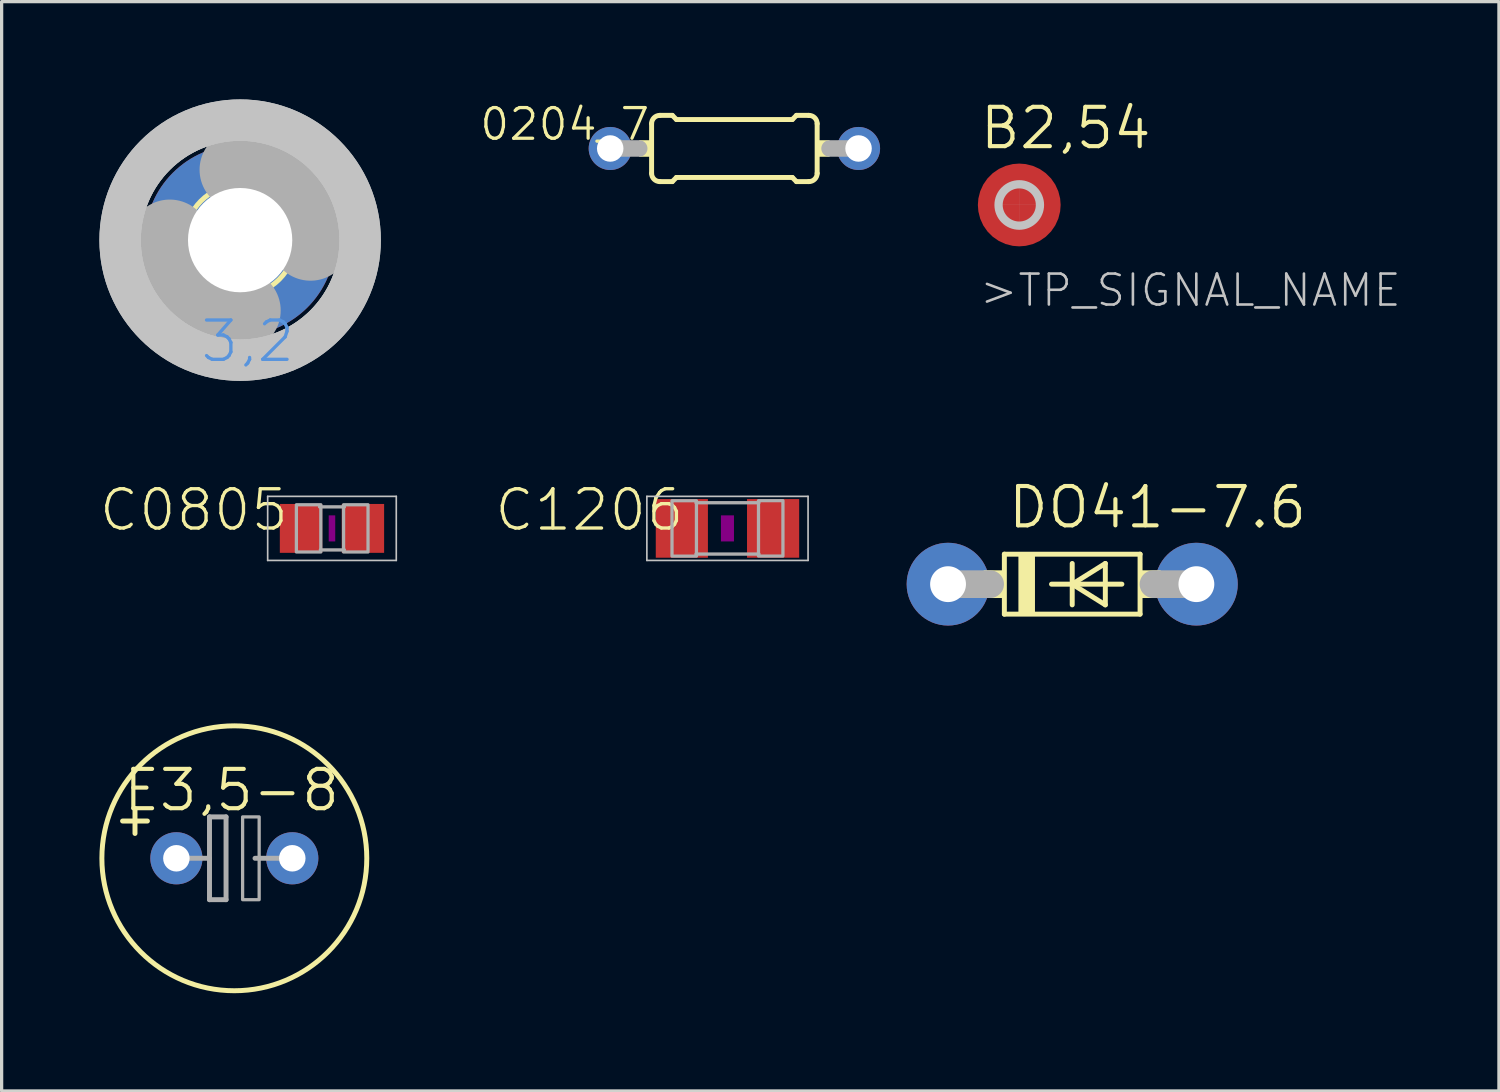
<source format=kicad_pcb>
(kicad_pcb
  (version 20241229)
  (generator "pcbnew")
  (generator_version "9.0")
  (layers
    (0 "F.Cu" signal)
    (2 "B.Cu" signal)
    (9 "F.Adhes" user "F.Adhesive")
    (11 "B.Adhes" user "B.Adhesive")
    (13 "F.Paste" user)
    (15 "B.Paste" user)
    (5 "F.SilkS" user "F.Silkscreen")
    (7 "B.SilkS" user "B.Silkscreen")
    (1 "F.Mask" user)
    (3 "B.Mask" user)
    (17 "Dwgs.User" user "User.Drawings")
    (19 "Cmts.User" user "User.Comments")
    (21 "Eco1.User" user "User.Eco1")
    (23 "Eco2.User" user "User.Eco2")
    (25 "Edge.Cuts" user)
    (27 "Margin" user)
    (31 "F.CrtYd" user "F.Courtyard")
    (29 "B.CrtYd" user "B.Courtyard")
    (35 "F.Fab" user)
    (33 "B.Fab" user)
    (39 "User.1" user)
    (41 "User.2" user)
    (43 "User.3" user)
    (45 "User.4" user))
  (footprint "E3,5-8"
    (layer "F.Cu")
    (at 4.14 23.285)
    (property "Reference" "E3,5-8" (at 3.302 -2.794 0) (layer "F.SilkS") (effects (font (size 1.206 1.206) (thickness 0.127)) (justify right top)))
    (attr through_hole)
    (fp_line (start -3.429 -1.143) (end -2.667 -1.143) (stroke (width 0.152) (type solid)) (layer "F.SilkS"))
    (fp_line (start -3.048 -0.762) (end -3.048 -1.524) (stroke (width 0.152) (type solid)) (layer "F.SilkS"))
    (fp_circle (center 0 0) (end 4.064 0) (stroke (width 0.152) (type solid)) (fill no) (layer "F.SilkS"))
    (fp_line (start -1.651 0) (end -0.762 0) (stroke (width 0.152) (type solid)) (layer "F.Fab"))
    (fp_line (start -0.762 -1.27) (end -0.762 0) (stroke (width 0.152) (type solid)) (layer "F.Fab"))
    (fp_line (start -0.762 0) (end -0.762 1.27) (stroke (width 0.152) (type solid)) (layer "F.Fab"))
    (fp_line (start -0.762 1.27) (end -0.254 1.27) (stroke (width 0.152) (type solid)) (layer "F.Fab"))
    (fp_line (start -0.254 -1.27) (end -0.762 -1.27) (stroke (width 0.152) (type solid)) (layer "F.Fab"))
    (fp_line (start -0.254 1.27) (end -0.254 -1.27) (stroke (width 0.152) (type solid)) (layer "F.Fab"))
    (fp_line (start 0.635 0) (end 1.651 0) (stroke (width 0.152) (type solid)) (layer "F.Fab"))
    (fp_poly (pts (xy 0.254 1.27) (xy 0.762 1.27) (xy 0.762 -1.27) (xy 0.254 -1.27)) (stroke (width 0.1) (type solid)) (fill no) (layer "F.Fab"))
    (pad "+" thru_hole circle (at -1.778 0) (size 1.6 1.6) (drill 0.813) (layers "*.Cu" "*.Mask"))
    (pad "-" thru_hole circle (at 1.778 0) (size 1.6 1.6) (drill 0.813) (layers "*.Cu" "*.Mask")))
  (footprint "DO41-7.6"
    (layer "F.Cu")
    (at 29.849 14.874)
    (property "Reference" "DO41-7.6" (at -2.032 -1.651 0) (layer "F.SilkS") (effects (font (size 1.206 1.206) (thickness 0.127)) (justify left bottom)))
    (attr through_hole)
    (fp_line (start -2.082 -0.92) (end -2.082 0.92) (stroke (width 0.152) (type solid)) (layer "F.SilkS"))
    (fp_line (start -2.082 -0.92) (end 2.082 -0.92) (stroke (width 0.152) (type solid)) (layer "F.SilkS"))
    (fp_line (start -0.635 0) (end 0 0) (stroke (width 0.152) (type solid)) (layer "F.SilkS"))
    (fp_line (start 0 -0.635) (end 0 0) (stroke (width 0.152) (type solid)) (layer "F.SilkS"))
    (fp_line (start 0 0) (end 0 0.635) (stroke (width 0.152) (type solid)) (layer "F.SilkS"))
    (fp_line (start 0 0) (end 1.016 -0.635) (stroke (width 0.152) (type solid)) (layer "F.SilkS"))
    (fp_line (start 0 0) (end 1.524 0) (stroke (width 0.152) (type solid)) (layer "F.SilkS"))
    (fp_line (start 1.016 -0.635) (end 1.016 0.635) (stroke (width 0.152) (type solid)) (layer "F.SilkS"))
    (fp_line (start 1.016 0.635) (end 0 0) (stroke (width 0.152) (type solid)) (layer "F.SilkS"))
    (fp_line (start 2.082 0.92) (end -2.082 0.92) (stroke (width 0.152) (type solid)) (layer "F.SilkS"))
    (fp_line (start 2.082 0.92) (end 2.082 -0.92) (stroke (width 0.152) (type solid)) (layer "F.SilkS"))
    (fp_poly (pts (xy -2.717 0.425) (xy -2.082 0.425) (xy -2.082 -0.425) (xy -2.717 -0.425)) (stroke (width 0) (type solid)) (fill yes) (layer "F.SilkS"))
    (fp_poly (pts (xy -1.651 0.95) (xy -1.143 0.95) (xy -1.143 -0.92) (xy -1.651 -0.92)) (stroke (width 0) (type solid)) (fill yes) (layer "F.SilkS"))
    (fp_poly (pts (xy 2.082 0.425) (xy 2.717 0.425) (xy 2.717 -0.425) (xy 2.082 -0.425)) (stroke (width 0) (type solid)) (fill yes) (layer "F.SilkS"))
    (fp_line (start -3.81 0) (end -2.519 0) (stroke (width 0.85) (type solid)) (layer "F.Fab"))
    (fp_line (start 3.81 0) (end 2.494 0) (stroke (width 0.85) (type solid)) (layer "F.Fab"))
    (pad "A" thru_hole circle (at 3.81 0) (size 2.54 2.54) (drill 1.1) (layers "*.Cu" "*.Mask"))
    (pad "C" thru_hole circle (at -3.81 0) (size 2.54 2.54) (drill 1.1) (layers "*.Cu" "*.Mask")))
  (footprint "3,2-PAD"
    (layer "F.Cu")
    (at 4.318 4.318)
    (property "Reference" "3,2-PAD" (at 0 0 0) (layer "F.SilkS") (effects (font (size 1.27 1.27) (thickness 0.15))))
    (attr through_hole)
    (fp_circle (center 0 0) (end 1.7 0) (stroke (width 0.152) (type solid)) (fill no) (layer "F.SilkS"))
    (fp_circle (center 0 0) (end 3.429 0) (stroke (width 0.152) (type solid)) (fill no) (layer "F.SilkS"))
    (fp_circle (center 0 0) (end 3.556 0) (stroke (width 1.016) (type solid)) (fill no) (layer "Dwgs.User"))
    (fp_circle (center 0 0) (end 3.683 0) (stroke (width 1.27) (type solid)) (fill no) (layer "Dwgs.User"))
    (fp_circle (center 0 0) (end 3.683 0) (stroke (width 1.27) (type solid)) (fill no) (layer "Dwgs.User"))
    (fp_arc (start 0 -2.159) (mid 1.526644 -1.526644) (end 2.159 0) (stroke (width 2.4892) (type solid)) (layer "F.Fab"))
    (fp_arc (start 0 2.159) (mid -1.526644 1.526644) (end -2.159 0) (stroke (width 2.4892) (type solid)) (layer "F.Fab"))
    (fp_circle (center 0 0) (end 0.762 0) (stroke (width 0.457) (type solid)) (fill no) (layer "F.Fab"))
    (fp_text user "3,2" (at -1.27 3.81 0) (layer "Cmts.User") (effects (font (size 1.206 1.206) (thickness 0.102)) (justify left bottom)))
    (pad "B3,2" thru_hole circle (at 0 0) (size 5.842 5.842) (drill 3.2) (layers "*.Cu" "*.Mask")))
  (footprint "C1206"
    (layer "F.Cu")
    (at 19.271 13.163)
    (property "Reference" "C1206" (at -1.27 -1.27 0) (layer "F.SilkS") (effects (font (size 1.206 1.206) (thickness 0.102)) (justify right top)))
    (attr through_hole)
    (fp_poly (pts (xy -0.2 0.4) (xy 0.2 0.4) (xy 0.2 -0.4) (xy -0.2 -0.4)) (stroke (width 0) (type solid)) (fill yes) (layer "F.Adhes"))
    (fp_line (start -2.473 -0.983) (end 2.473 -0.983) (stroke (width 0.051) (type solid)) (layer "Dwgs.User"))
    (fp_line (start -2.473 0.983) (end -2.473 -0.983) (stroke (width 0.051) (type solid)) (layer "Dwgs.User"))
    (fp_line (start 2.473 -0.983) (end 2.473 0.983) (stroke (width 0.051) (type solid)) (layer "Dwgs.User"))
    (fp_line (start 2.473 0.983) (end -2.473 0.983) (stroke (width 0.051) (type solid)) (layer "Dwgs.User"))
    (fp_line (start -0.965 -0.787) (end 0.965 -0.787) (stroke (width 0.102) (type solid)) (layer "F.Fab"))
    (fp_line (start -0.965 0.787) (end 0.965 0.787) (stroke (width 0.102) (type solid)) (layer "F.Fab"))
    (fp_poly (pts (xy -1.702 0.851) (xy -0.952 0.851) (xy -0.952 -0.849) (xy -1.702 -0.849)) (stroke (width 0.1) (type solid)) (fill no) (layer "F.Fab"))
    (fp_poly (pts (xy 0.952 0.849) (xy 1.702 0.849) (xy 1.702 -0.851) (xy 0.952 -0.851)) (stroke (width 0.1) (type solid)) (fill no) (layer "F.Fab"))
    (pad "1" smd rect (at -1.4 0) (size 1.6 1.8) (layers "F.Cu" "F.Mask" "F.Paste"))
    (pad "2" smd rect (at 1.4 0) (size 1.6 1.8) (layers "F.Cu" "F.Mask" "F.Paste")))
  (footprint "C0805"
    (layer "F.Cu")
    (at 7.136 13.163)
    (property "Reference" "C0805" (at -1.27 -1.27 0) (layer "F.SilkS") (effects (font (size 1.206 1.206) (thickness 0.102)) (justify right top)))
    (attr through_hole)
    (fp_poly (pts (xy -0.1 0.4) (xy 0.1 0.4) (xy 0.1 -0.4) (xy -0.1 -0.4)) (stroke (width 0) (type solid)) (fill yes) (layer "F.Adhes"))
    (fp_line (start -1.973 -0.983) (end 1.973 -0.983) (stroke (width 0.051) (type solid)) (layer "Dwgs.User"))
    (fp_line (start -1.973 0.983) (end -1.973 -0.983) (stroke (width 0.051) (type solid)) (layer "Dwgs.User"))
    (fp_line (start 1.973 -0.983) (end 1.973 0.983) (stroke (width 0.051) (type solid)) (layer "Dwgs.User"))
    (fp_line (start 1.973 0.983) (end -1.973 0.983) (stroke (width 0.051) (type solid)) (layer "Dwgs.User"))
    (fp_line (start -0.381 -0.66) (end 0.381 -0.66) (stroke (width 0.102) (type solid)) (layer "F.Fab"))
    (fp_line (start -0.356 0.66) (end 0.381 0.66) (stroke (width 0.102) (type solid)) (layer "F.Fab"))
    (fp_poly (pts (xy -1.092 0.724) (xy -0.342 0.724) (xy -0.342 -0.726) (xy -1.092 -0.726)) (stroke (width 0.1) (type solid)) (fill no) (layer "F.Fab"))
    (fp_poly (pts (xy 0.356 0.724) (xy 1.106 0.724) (xy 1.106 -0.726) (xy 0.356 -0.726)) (stroke (width 0.1) (type solid)) (fill no) (layer "F.Fab"))
    (pad "1" smd rect (at -0.95 0) (size 1.3 1.5) (layers "F.Cu" "F.Mask" "F.Paste"))
    (pad "2" smd rect (at 0.95 0) (size 1.3 1.5) (layers "F.Cu" "F.Mask" "F.Paste")))
  (footprint "0204_7"
    (layer "F.Cu")
    (at 19.483 1.506)
    (property "Reference" "0204_7" (at -2.54 -1.295 0) (layer "F.SilkS") (effects (font (size 0.941 0.941) (thickness 0.099)) (justify right top)))
    (attr through_hole)
    (fp_line (start -2.54 0.762) (end -2.54 -0.762) (stroke (width 0.152) (type solid)) (layer "F.SilkS"))
    (fp_line (start -2.286 -1.016) (end -1.905 -1.016) (stroke (width 0.152) (type solid)) (layer "F.SilkS"))
    (fp_line (start -2.286 1.016) (end -1.905 1.016) (stroke (width 0.152) (type solid)) (layer "F.SilkS"))
    (fp_line (start -1.778 -0.889) (end -1.905 -1.016) (stroke (width 0.152) (type solid)) (layer "F.SilkS"))
    (fp_line (start -1.778 0.889) (end -1.905 1.016) (stroke (width 0.152) (type solid)) (layer "F.SilkS"))
    (fp_line (start 1.778 -0.889) (end -1.778 -0.889) (stroke (width 0.152) (type solid)) (layer "F.SilkS"))
    (fp_line (start 1.778 -0.889) (end 1.905 -1.016) (stroke (width 0.152) (type solid)) (layer "F.SilkS"))
    (fp_line (start 1.778 0.889) (end -1.778 0.889) (stroke (width 0.152) (type solid)) (layer "F.SilkS"))
    (fp_line (start 1.778 0.889) (end 1.905 1.016) (stroke (width 0.152) (type solid)) (layer "F.SilkS"))
    (fp_line (start 2.286 -1.016) (end 1.905 -1.016) (stroke (width 0.152) (type solid)) (layer "F.SilkS"))
    (fp_line (start 2.286 1.016) (end 1.905 1.016) (stroke (width 0.152) (type solid)) (layer "F.SilkS"))
    (fp_line (start 2.54 0.762) (end 2.54 -0.762) (stroke (width 0.152) (type solid)) (layer "F.SilkS"))
    (fp_arc (start -2.54 -0.762) (mid -2.465605 -0.941605) (end -2.286 -1.016) (stroke (width 0.1524) (type solid)) (layer "F.SilkS"))
    (fp_arc (start -2.286 1.016) (mid -2.465605 0.941605) (end -2.54 0.762) (stroke (width 0.1524) (type solid)) (layer "F.SilkS"))
    (fp_arc (start 2.286 -1.016) (mid 2.465605 -0.941605) (end 2.54 -0.762) (stroke (width 0.1524) (type solid)) (layer "F.SilkS"))
    (fp_arc (start 2.54 0.762) (mid 2.465605 0.941605) (end 2.286 1.016) (stroke (width 0.1524) (type solid)) (layer "F.SilkS"))
    (fp_poly (pts (xy -2.921 0.254) (xy -2.54 0.254) (xy -2.54 -0.254) (xy -2.921 -0.254)) (stroke (width 0) (type solid)) (fill yes) (layer "F.SilkS"))
    (fp_poly (pts (xy 2.54 0.254) (xy 2.921 0.254) (xy 2.921 -0.254) (xy 2.54 -0.254)) (stroke (width 0) (type solid)) (fill yes) (layer "F.SilkS"))
    (fp_line (start -3.81 0) (end -2.921 0) (stroke (width 0.508) (type solid)) (layer "F.Fab"))
    (fp_line (start 3.81 0) (end 2.921 0) (stroke (width 0.508) (type solid)) (layer "F.Fab"))
    (pad "1" thru_hole circle (at -3.81 0) (size 1.321 1.321) (drill 0.813) (layers "*.Cu" "*.Mask"))
    (pad "2" thru_hole circle (at 3.81 0) (size 1.321 1.321) (drill 0.813) (layers "*.Cu" "*.Mask")))
  (footprint "B2,54"
    (layer "F.Cu")
    (at 28.224 3.239)
    (property "Reference" "B2,54" (at -1.27 -1.651 0) (layer "F.SilkS") (effects (font (size 1.206 1.206) (thickness 0.127)) (justify left bottom)))
    (attr through_hole)
    (fp_line (start -0.635 0) (end 0.635 0) (stroke (width 0.002) (type solid)) (layer "Dwgs.User"))
    (fp_line (start 0 0.635) (end 0 -0.635) (stroke (width 0.002) (type solid)) (layer "Dwgs.User"))
    (fp_circle (center 0 0) (end 0.635 0) (stroke (width 0.254) (type solid)) (fill no) (layer "Dwgs.User"))
    (fp_text user ">TP_SIGNAL_NAME" (at -1.27 3.175 0) (layer "Dwgs.User") (effects (font (size 0.95 0.95) (thickness 0.08)) (justify left bottom)))
    (pad "TP" smd roundrect (at 0 0) (size 2.54 2.54) (layers "F.Cu" "F.Mask") (roundrect_rratio 0.5)))
  (gr_rect
    (start -3 -3)
    (end 42.942 30.425)
    (stroke (width 0.1) (type default))
    (fill no)
    (layer "Edge.Cuts")))
</source>
